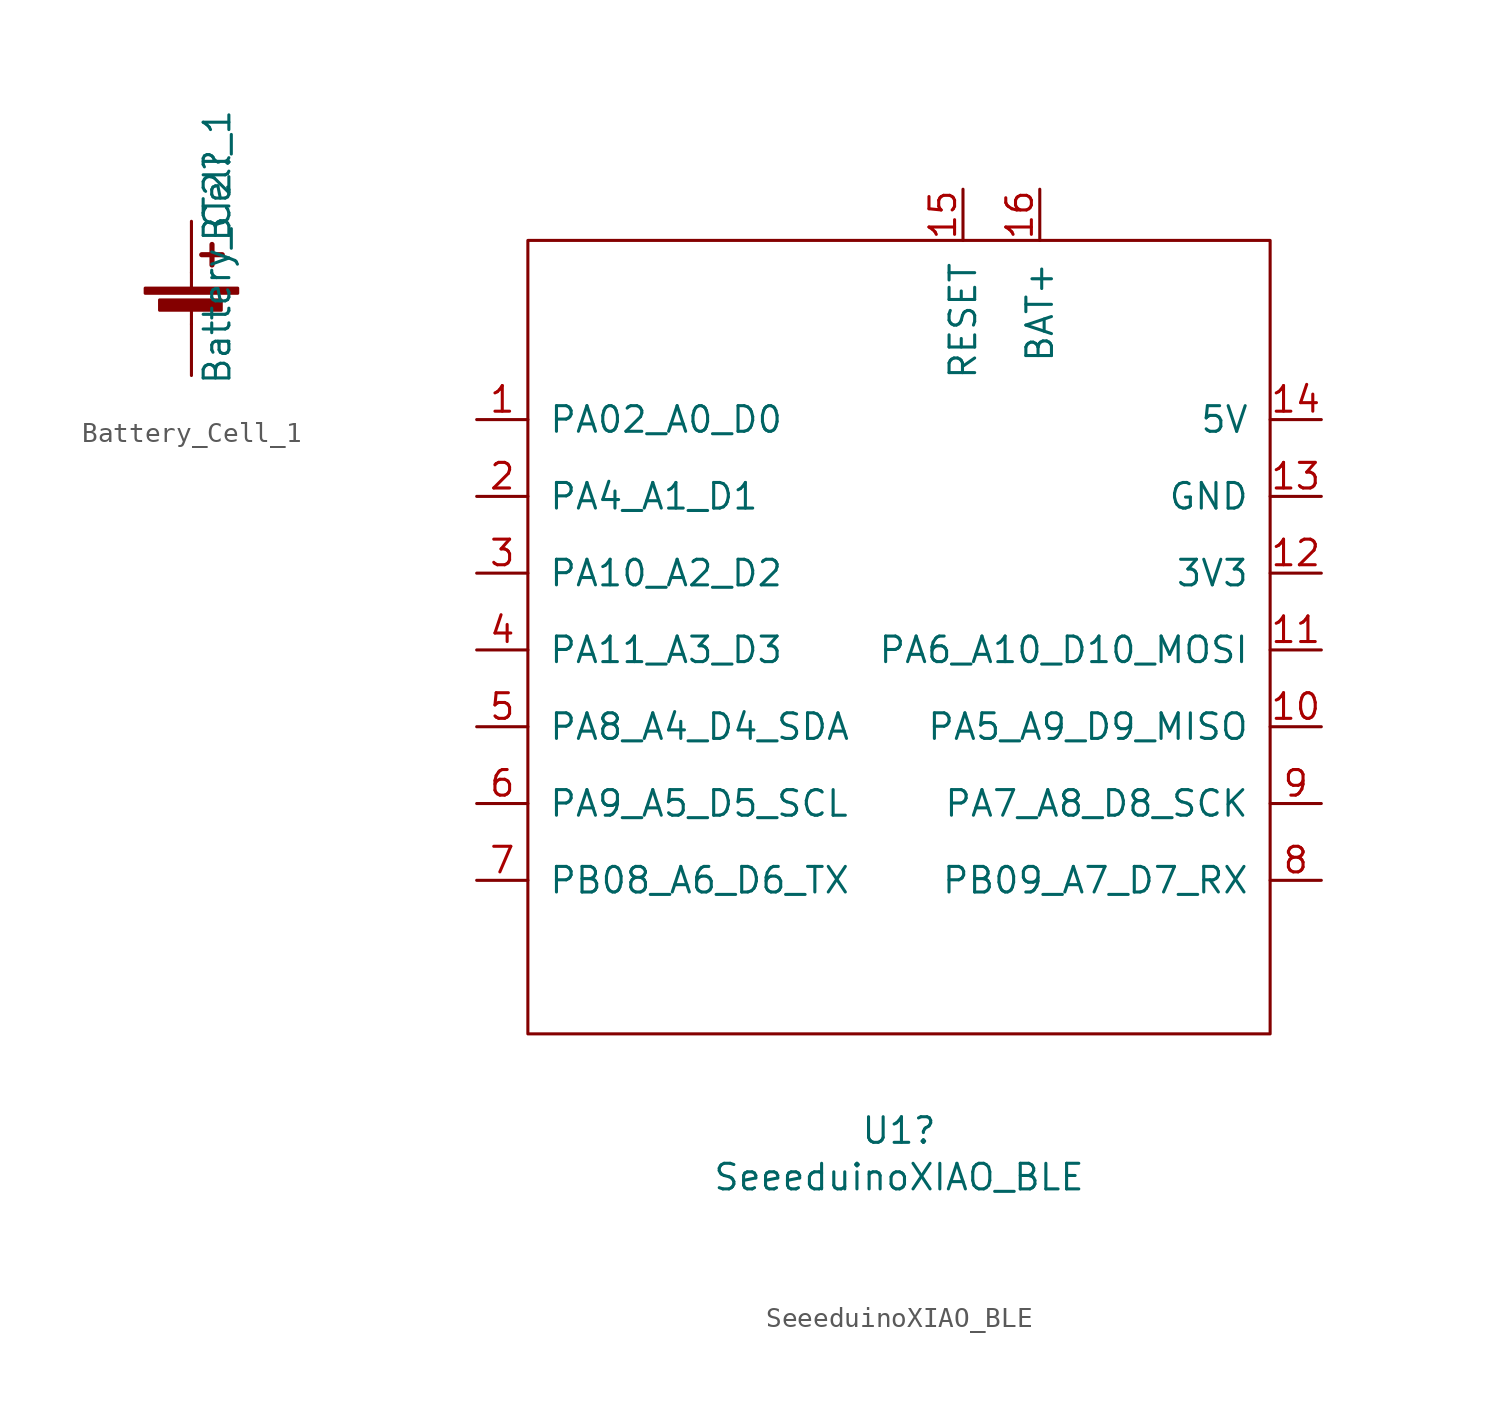
<source format=kicad_sym>
(kicad_symbol_lib
  (version 20231120)
  (generator "kicad_symbol_editor")
  (generator_version "8.0")
  (symbol "Battery_Cell_1"
    (pin_numbers hide)
    (pin_names
      (offset 0) hide)
    (property "Reference" "BT2"
      (at 1.27 6.35 90)
      (effects (font (size 1.27 1.27))))
    (property "Value" "Battery_Cell_1"
      (at 1.27 3.81 90)
      (effects (font (size 1.27 1.27))))
    (symbol "Battery_Cell_1_0_1"
      (rectangle (start -2.286 1.778) (end 2.286 1.524) (stroke (width 0) (type default)) (fill (type outline)))
      (rectangle (start -1.575 1.194) (end 1.473 0.686) (stroke (width 0) (type default)) (fill (type outline)))
      (polyline (pts (xy 0 0.762) (xy 0 0)) (stroke (width 0) (type default)) (fill (type none)))
      (polyline (pts (xy 0 1.778) (xy 0 2.54)) (stroke (width 0) (type default)) (fill (type none)))
      (polyline (pts (xy 0.508 3.429) (xy 1.524 3.429)) (stroke (width 0.254) (type default)) (fill (type none)))
      (polyline (pts (xy 1.016 3.937) (xy 1.016 2.921)) (stroke (width 0.254) (type default)) (fill (type none))))
    (symbol "Battery_Cell_1_1_1"
      (pin passive line (at 0 -2.54 90) (length 2.54) (name "-" (effects (font (size 1.27 1.27)))) (number "1" (effects (font (size 1.27 1.27)))))
      (pin passive line (at 0 5.08 270) (length 2.54) (name "+" (effects (font (size 1.27 1.27)))) (number "2" (effects (font (size 1.27 1.27)))))))
  (symbol "SeeeduinoXIAO_BLE"
    (pin_names
      (offset 1.016))
    (property "Reference" "U1"
      (at -0.635 -23.851 0)
      (effects (font (size 1.27 1.27))))
    (property "Value" "SeeeduinoXIAO_BLE"
      (at -0.635 -26.162 0)
      (effects (font (size 1.27 1.27))))
    (symbol "SeeeduinoXIAO_BLE_0_1"
      (rectangle (start -19.05 20.32) (end 17.78 -19.05) (stroke (width 0) (type default)) (fill (type none))))
    (symbol "SeeeduinoXIAO_BLE_1_1"
      (pin bidirectional line (at -21.59 11.43 0) (length 2.54) (name "PA02_A0_D0" (effects (font (size 1.27 1.27)))) (number "1" (effects (font (size 1.27 1.27)))))
      (pin bidirectional line (at 20.32 -3.81 180) (length 2.54) (name "PA5_A9_D9_MISO" (effects (font (size 1.27 1.27)))) (number "10" (effects (font (size 1.27 1.27)))))
      (pin bidirectional line (at 20.32 0 180) (length 2.54) (name "PA6_A10_D10_MOSI" (effects (font (size 1.27 1.27)))) (number "11" (effects (font (size 1.27 1.27)))))
      (pin power_out line (at 20.32 3.81 180) (length 2.54) (name "3V3" (effects (font (size 1.27 1.27)))) (number "12" (effects (font (size 1.27 1.27)))))
      (pin power_out line (at 20.32 7.62 180) (length 2.54) (name "GND" (effects (font (size 1.27 1.27)))) (number "13" (effects (font (size 1.27 1.27)))))
      (pin power_out line (at 20.32 11.43 180) (length 2.54) (name "5V" (effects (font (size 1.27 1.27)))) (number "14" (effects (font (size 1.27 1.27)))))
      (pin input line (at 2.54 22.86 270) (length 2.54) (name "RESET" (effects (font (size 1.27 1.27)))) (number "15" (effects (font (size 1.27 1.27)))))
      (pin power_in line (at 6.35 22.86 270) (length 2.54) (name "BAT+" (effects (font (size 1.27 1.27)))) (number "16" (effects (font (size 1.27 1.27)))))
      (pin bidirectional line (at -21.59 7.62 0) (length 2.54) (name "PA4_A1_D1" (effects (font (size 1.27 1.27)))) (number "2" (effects (font (size 1.27 1.27)))))
      (pin bidirectional line (at -21.59 3.81 0) (length 2.54) (name "PA10_A2_D2" (effects (font (size 1.27 1.27)))) (number "3" (effects (font (size 1.27 1.27)))))
      (pin unspecified line (at -21.59 0 0) (length 2.54) (name "PA11_A3_D3" (effects (font (size 1.27 1.27)))) (number "4" (effects (font (size 1.27 1.27)))))
      (pin bidirectional line (at -21.59 -3.81 0) (length 2.54) (name "PA8_A4_D4_SDA" (effects (font (size 1.27 1.27)))) (number "5" (effects (font (size 1.27 1.27)))))
      (pin bidirectional line (at -21.59 -7.62 0) (length 2.54) (name "PA9_A5_D5_SCL" (effects (font (size 1.27 1.27)))) (number "6" (effects (font (size 1.27 1.27)))))
      (pin bidirectional line (at -21.59 -11.43 0) (length 2.54) (name "PB08_A6_D6_TX" (effects (font (size 1.27 1.27)))) (number "7" (effects (font (size 1.27 1.27)))))
      (pin bidirectional line (at 20.32 -11.43 180) (length 2.54) (name "PB09_A7_D7_RX" (effects (font (size 1.27 1.27)))) (number "8" (effects (font (size 1.27 1.27)))))
      (pin bidirectional line (at 20.32 -7.62 180) (length 2.54) (name "PA7_A8_D8_SCK" (effects (font (size 1.27 1.27)))) (number "9" (effects (font (size 1.27 1.27))))))))
</source>
